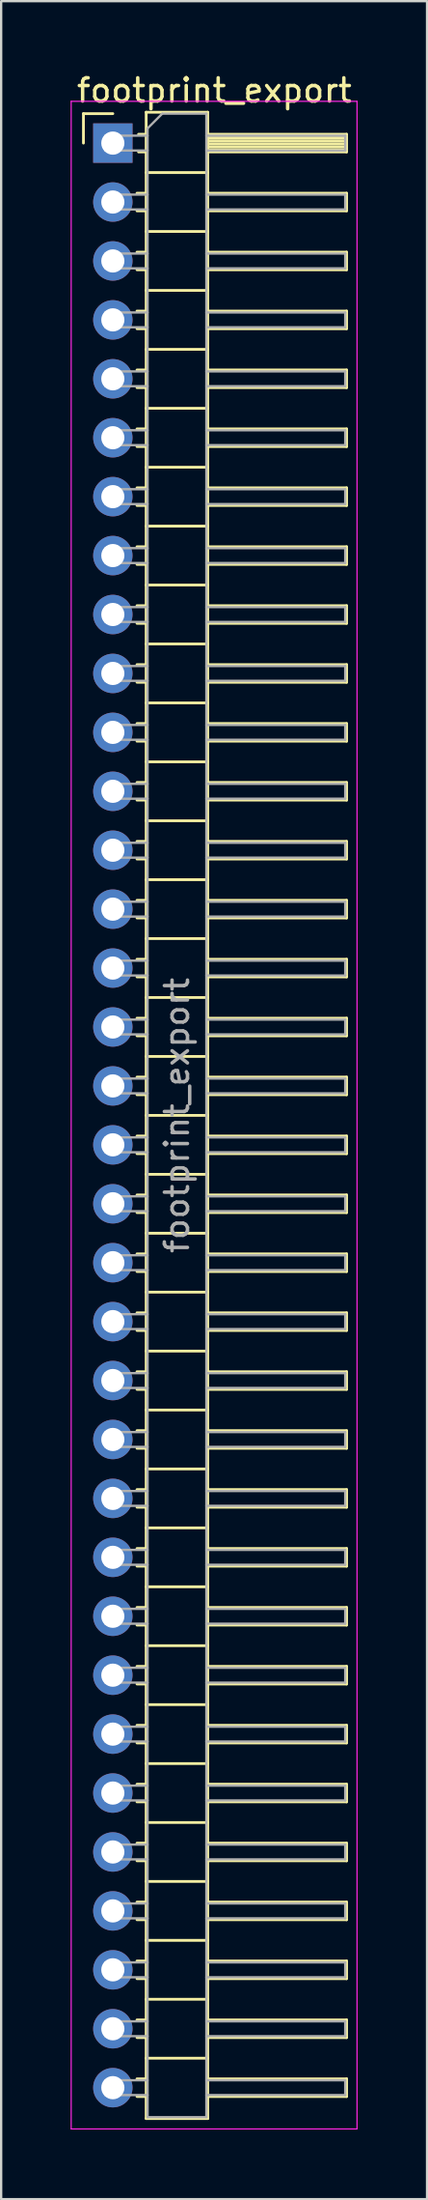
<source format=kicad_pcb>
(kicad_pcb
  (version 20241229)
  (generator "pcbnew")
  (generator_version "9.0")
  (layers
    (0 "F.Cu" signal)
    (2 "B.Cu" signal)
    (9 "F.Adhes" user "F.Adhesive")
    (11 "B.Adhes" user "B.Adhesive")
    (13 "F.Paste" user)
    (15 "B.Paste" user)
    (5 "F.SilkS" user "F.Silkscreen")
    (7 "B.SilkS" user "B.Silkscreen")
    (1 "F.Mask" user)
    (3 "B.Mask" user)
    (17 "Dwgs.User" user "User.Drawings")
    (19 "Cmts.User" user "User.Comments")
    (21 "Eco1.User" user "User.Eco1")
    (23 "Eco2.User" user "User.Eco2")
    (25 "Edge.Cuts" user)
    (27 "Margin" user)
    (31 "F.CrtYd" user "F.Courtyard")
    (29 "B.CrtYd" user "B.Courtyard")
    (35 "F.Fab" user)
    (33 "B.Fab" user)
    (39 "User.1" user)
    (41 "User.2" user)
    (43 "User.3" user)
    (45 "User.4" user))
  (footprint "footprint_export"
    (layer "F.Cu")
    (at 1.825 3.118)
    (property "Reference" "footprint_export" (at 4.385 -2.27 0) (layer "F.SilkS") (effects (font (size 1 1) (thickness 0.15))))
    (attr through_hole)
    (fp_line (start -1.27 -1.27) (end 0 -1.27) (stroke (width 0.12) (type solid)) (layer "F.SilkS"))
    (fp_line (start -1.27 0) (end -1.27 -1.27) (stroke (width 0.12) (type solid)) (layer "F.SilkS"))
    (fp_line (start 1.043 2.16) (end 1.44 2.16) (stroke (width 0.12) (type solid)) (layer "F.SilkS"))
    (fp_line (start 1.043 2.92) (end 1.44 2.92) (stroke (width 0.12) (type solid)) (layer "F.SilkS"))
    (fp_line (start 1.043 4.7) (end 1.44 4.7) (stroke (width 0.12) (type solid)) (layer "F.SilkS"))
    (fp_line (start 1.043 5.46) (end 1.44 5.46) (stroke (width 0.12) (type solid)) (layer "F.SilkS"))
    (fp_line (start 1.043 7.24) (end 1.44 7.24) (stroke (width 0.12) (type solid)) (layer "F.SilkS"))
    (fp_line (start 1.043 8) (end 1.44 8) (stroke (width 0.12) (type solid)) (layer "F.SilkS"))
    (fp_line (start 1.043 9.78) (end 1.44 9.78) (stroke (width 0.12) (type solid)) (layer "F.SilkS"))
    (fp_line (start 1.043 10.54) (end 1.44 10.54) (stroke (width 0.12) (type solid)) (layer "F.SilkS"))
    (fp_line (start 1.043 12.32) (end 1.44 12.32) (stroke (width 0.12) (type solid)) (layer "F.SilkS"))
    (fp_line (start 1.043 13.08) (end 1.44 13.08) (stroke (width 0.12) (type solid)) (layer "F.SilkS"))
    (fp_line (start 1.043 14.86) (end 1.44 14.86) (stroke (width 0.12) (type solid)) (layer "F.SilkS"))
    (fp_line (start 1.043 15.62) (end 1.44 15.62) (stroke (width 0.12) (type solid)) (layer "F.SilkS"))
    (fp_line (start 1.043 17.4) (end 1.44 17.4) (stroke (width 0.12) (type solid)) (layer "F.SilkS"))
    (fp_line (start 1.043 18.16) (end 1.44 18.16) (stroke (width 0.12) (type solid)) (layer "F.SilkS"))
    (fp_line (start 1.043 19.94) (end 1.44 19.94) (stroke (width 0.12) (type solid)) (layer "F.SilkS"))
    (fp_line (start 1.043 20.7) (end 1.44 20.7) (stroke (width 0.12) (type solid)) (layer "F.SilkS"))
    (fp_line (start 1.043 22.48) (end 1.44 22.48) (stroke (width 0.12) (type solid)) (layer "F.SilkS"))
    (fp_line (start 1.043 23.24) (end 1.44 23.24) (stroke (width 0.12) (type solid)) (layer "F.SilkS"))
    (fp_line (start 1.043 25.02) (end 1.44 25.02) (stroke (width 0.12) (type solid)) (layer "F.SilkS"))
    (fp_line (start 1.043 25.78) (end 1.44 25.78) (stroke (width 0.12) (type solid)) (layer "F.SilkS"))
    (fp_line (start 1.043 27.56) (end 1.44 27.56) (stroke (width 0.12) (type solid)) (layer "F.SilkS"))
    (fp_line (start 1.043 28.32) (end 1.44 28.32) (stroke (width 0.12) (type solid)) (layer "F.SilkS"))
    (fp_line (start 1.043 30.1) (end 1.44 30.1) (stroke (width 0.12) (type solid)) (layer "F.SilkS"))
    (fp_line (start 1.043 30.86) (end 1.44 30.86) (stroke (width 0.12) (type solid)) (layer "F.SilkS"))
    (fp_line (start 1.043 32.64) (end 1.44 32.64) (stroke (width 0.12) (type solid)) (layer "F.SilkS"))
    (fp_line (start 1.043 33.4) (end 1.44 33.4) (stroke (width 0.12) (type solid)) (layer "F.SilkS"))
    (fp_line (start 1.043 35.18) (end 1.44 35.18) (stroke (width 0.12) (type solid)) (layer "F.SilkS"))
    (fp_line (start 1.043 35.94) (end 1.44 35.94) (stroke (width 0.12) (type solid)) (layer "F.SilkS"))
    (fp_line (start 1.043 37.72) (end 1.44 37.72) (stroke (width 0.12) (type solid)) (layer "F.SilkS"))
    (fp_line (start 1.043 38.48) (end 1.44 38.48) (stroke (width 0.12) (type solid)) (layer "F.SilkS"))
    (fp_line (start 1.043 40.26) (end 1.44 40.26) (stroke (width 0.12) (type solid)) (layer "F.SilkS"))
    (fp_line (start 1.043 41.02) (end 1.44 41.02) (stroke (width 0.12) (type solid)) (layer "F.SilkS"))
    (fp_line (start 1.043 42.8) (end 1.44 42.8) (stroke (width 0.12) (type solid)) (layer "F.SilkS"))
    (fp_line (start 1.043 43.56) (end 1.44 43.56) (stroke (width 0.12) (type solid)) (layer "F.SilkS"))
    (fp_line (start 1.043 45.34) (end 1.44 45.34) (stroke (width 0.12) (type solid)) (layer "F.SilkS"))
    (fp_line (start 1.043 46.1) (end 1.44 46.1) (stroke (width 0.12) (type solid)) (layer "F.SilkS"))
    (fp_line (start 1.043 47.88) (end 1.44 47.88) (stroke (width 0.12) (type solid)) (layer "F.SilkS"))
    (fp_line (start 1.043 48.64) (end 1.44 48.64) (stroke (width 0.12) (type solid)) (layer "F.SilkS"))
    (fp_line (start 1.043 50.42) (end 1.44 50.42) (stroke (width 0.12) (type solid)) (layer "F.SilkS"))
    (fp_line (start 1.043 51.18) (end 1.44 51.18) (stroke (width 0.12) (type solid)) (layer "F.SilkS"))
    (fp_line (start 1.043 52.96) (end 1.44 52.96) (stroke (width 0.12) (type solid)) (layer "F.SilkS"))
    (fp_line (start 1.043 53.72) (end 1.44 53.72) (stroke (width 0.12) (type solid)) (layer "F.SilkS"))
    (fp_line (start 1.043 55.5) (end 1.44 55.5) (stroke (width 0.12) (type solid)) (layer "F.SilkS"))
    (fp_line (start 1.043 56.26) (end 1.44 56.26) (stroke (width 0.12) (type solid)) (layer "F.SilkS"))
    (fp_line (start 1.043 58.04) (end 1.44 58.04) (stroke (width 0.12) (type solid)) (layer "F.SilkS"))
    (fp_line (start 1.043 58.8) (end 1.44 58.8) (stroke (width 0.12) (type solid)) (layer "F.SilkS"))
    (fp_line (start 1.043 60.58) (end 1.44 60.58) (stroke (width 0.12) (type solid)) (layer "F.SilkS"))
    (fp_line (start 1.043 61.34) (end 1.44 61.34) (stroke (width 0.12) (type solid)) (layer "F.SilkS"))
    (fp_line (start 1.043 63.12) (end 1.44 63.12) (stroke (width 0.12) (type solid)) (layer "F.SilkS"))
    (fp_line (start 1.043 63.88) (end 1.44 63.88) (stroke (width 0.12) (type solid)) (layer "F.SilkS"))
    (fp_line (start 1.043 65.66) (end 1.44 65.66) (stroke (width 0.12) (type solid)) (layer "F.SilkS"))
    (fp_line (start 1.043 66.42) (end 1.44 66.42) (stroke (width 0.12) (type solid)) (layer "F.SilkS"))
    (fp_line (start 1.043 68.2) (end 1.44 68.2) (stroke (width 0.12) (type solid)) (layer "F.SilkS"))
    (fp_line (start 1.043 68.96) (end 1.44 68.96) (stroke (width 0.12) (type solid)) (layer "F.SilkS"))
    (fp_line (start 1.043 70.74) (end 1.44 70.74) (stroke (width 0.12) (type solid)) (layer "F.SilkS"))
    (fp_line (start 1.043 71.5) (end 1.44 71.5) (stroke (width 0.12) (type solid)) (layer "F.SilkS"))
    (fp_line (start 1.043 73.28) (end 1.44 73.28) (stroke (width 0.12) (type solid)) (layer "F.SilkS"))
    (fp_line (start 1.043 74.04) (end 1.44 74.04) (stroke (width 0.12) (type solid)) (layer "F.SilkS"))
    (fp_line (start 1.043 75.82) (end 1.44 75.82) (stroke (width 0.12) (type solid)) (layer "F.SilkS"))
    (fp_line (start 1.043 76.58) (end 1.44 76.58) (stroke (width 0.12) (type solid)) (layer "F.SilkS"))
    (fp_line (start 1.043 78.36) (end 1.44 78.36) (stroke (width 0.12) (type solid)) (layer "F.SilkS"))
    (fp_line (start 1.043 79.12) (end 1.44 79.12) (stroke (width 0.12) (type solid)) (layer "F.SilkS"))
    (fp_line (start 1.043 80.9) (end 1.44 80.9) (stroke (width 0.12) (type solid)) (layer "F.SilkS"))
    (fp_line (start 1.043 81.66) (end 1.44 81.66) (stroke (width 0.12) (type solid)) (layer "F.SilkS"))
    (fp_line (start 1.043 83.44) (end 1.44 83.44) (stroke (width 0.12) (type solid)) (layer "F.SilkS"))
    (fp_line (start 1.043 84.2) (end 1.44 84.2) (stroke (width 0.12) (type solid)) (layer "F.SilkS"))
    (fp_line (start 1.11 -0.38) (end 1.44 -0.38) (stroke (width 0.12) (type solid)) (layer "F.SilkS"))
    (fp_line (start 1.11 0.38) (end 1.44 0.38) (stroke (width 0.12) (type solid)) (layer "F.SilkS"))
    (fp_line (start 1.44 -1.33) (end 1.44 85.15) (stroke (width 0.12) (type solid)) (layer "F.SilkS"))
    (fp_line (start 1.44 1.27) (end 4.1 1.27) (stroke (width 0.12) (type solid)) (layer "F.SilkS"))
    (fp_line (start 1.44 3.81) (end 4.1 3.81) (stroke (width 0.12) (type solid)) (layer "F.SilkS"))
    (fp_line (start 1.44 6.35) (end 4.1 6.35) (stroke (width 0.12) (type solid)) (layer "F.SilkS"))
    (fp_line (start 1.44 8.89) (end 4.1 8.89) (stroke (width 0.12) (type solid)) (layer "F.SilkS"))
    (fp_line (start 1.44 11.43) (end 4.1 11.43) (stroke (width 0.12) (type solid)) (layer "F.SilkS"))
    (fp_line (start 1.44 13.97) (end 4.1 13.97) (stroke (width 0.12) (type solid)) (layer "F.SilkS"))
    (fp_line (start 1.44 16.51) (end 4.1 16.51) (stroke (width 0.12) (type solid)) (layer "F.SilkS"))
    (fp_line (start 1.44 19.05) (end 4.1 19.05) (stroke (width 0.12) (type solid)) (layer "F.SilkS"))
    (fp_line (start 1.44 21.59) (end 4.1 21.59) (stroke (width 0.12) (type solid)) (layer "F.SilkS"))
    (fp_line (start 1.44 24.13) (end 4.1 24.13) (stroke (width 0.12) (type solid)) (layer "F.SilkS"))
    (fp_line (start 1.44 26.67) (end 4.1 26.67) (stroke (width 0.12) (type solid)) (layer "F.SilkS"))
    (fp_line (start 1.44 29.21) (end 4.1 29.21) (stroke (width 0.12) (type solid)) (layer "F.SilkS"))
    (fp_line (start 1.44 31.75) (end 4.1 31.75) (stroke (width 0.12) (type solid)) (layer "F.SilkS"))
    (fp_line (start 1.44 34.29) (end 4.1 34.29) (stroke (width 0.12) (type solid)) (layer "F.SilkS"))
    (fp_line (start 1.44 36.83) (end 4.1 36.83) (stroke (width 0.12) (type solid)) (layer "F.SilkS"))
    (fp_line (start 1.44 39.37) (end 4.1 39.37) (stroke (width 0.12) (type solid)) (layer "F.SilkS"))
    (fp_line (start 1.44 41.91) (end 4.1 41.91) (stroke (width 0.12) (type solid)) (layer "F.SilkS"))
    (fp_line (start 1.44 44.45) (end 4.1 44.45) (stroke (width 0.12) (type solid)) (layer "F.SilkS"))
    (fp_line (start 1.44 46.99) (end 4.1 46.99) (stroke (width 0.12) (type solid)) (layer "F.SilkS"))
    (fp_line (start 1.44 49.53) (end 4.1 49.53) (stroke (width 0.12) (type solid)) (layer "F.SilkS"))
    (fp_line (start 1.44 52.07) (end 4.1 52.07) (stroke (width 0.12) (type solid)) (layer "F.SilkS"))
    (fp_line (start 1.44 54.61) (end 4.1 54.61) (stroke (width 0.12) (type solid)) (layer "F.SilkS"))
    (fp_line (start 1.44 57.15) (end 4.1 57.15) (stroke (width 0.12) (type solid)) (layer "F.SilkS"))
    (fp_line (start 1.44 59.69) (end 4.1 59.69) (stroke (width 0.12) (type solid)) (layer "F.SilkS"))
    (fp_line (start 1.44 62.23) (end 4.1 62.23) (stroke (width 0.12) (type solid)) (layer "F.SilkS"))
    (fp_line (start 1.44 64.77) (end 4.1 64.77) (stroke (width 0.12) (type solid)) (layer "F.SilkS"))
    (fp_line (start 1.44 67.31) (end 4.1 67.31) (stroke (width 0.12) (type solid)) (layer "F.SilkS"))
    (fp_line (start 1.44 69.85) (end 4.1 69.85) (stroke (width 0.12) (type solid)) (layer "F.SilkS"))
    (fp_line (start 1.44 72.39) (end 4.1 72.39) (stroke (width 0.12) (type solid)) (layer "F.SilkS"))
    (fp_line (start 1.44 74.93) (end 4.1 74.93) (stroke (width 0.12) (type solid)) (layer "F.SilkS"))
    (fp_line (start 1.44 77.47) (end 4.1 77.47) (stroke (width 0.12) (type solid)) (layer "F.SilkS"))
    (fp_line (start 1.44 80.01) (end 4.1 80.01) (stroke (width 0.12) (type solid)) (layer "F.SilkS"))
    (fp_line (start 1.44 82.55) (end 4.1 82.55) (stroke (width 0.12) (type solid)) (layer "F.SilkS"))
    (fp_line (start 1.44 85.15) (end 4.1 85.15) (stroke (width 0.12) (type solid)) (layer "F.SilkS"))
    (fp_line (start 4.1 -1.33) (end 1.44 -1.33) (stroke (width 0.12) (type solid)) (layer "F.SilkS"))
    (fp_line (start 4.1 -0.38) (end 10.1 -0.38) (stroke (width 0.12) (type solid)) (layer "F.SilkS"))
    (fp_line (start 4.1 -0.32) (end 10.1 -0.32) (stroke (width 0.12) (type solid)) (layer "F.SilkS"))
    (fp_line (start 4.1 -0.2) (end 10.1 -0.2) (stroke (width 0.12) (type solid)) (layer "F.SilkS"))
    (fp_line (start 4.1 -0.08) (end 10.1 -0.08) (stroke (width 0.12) (type solid)) (layer "F.SilkS"))
    (fp_line (start 4.1 0.04) (end 10.1 0.04) (stroke (width 0.12) (type solid)) (layer "F.SilkS"))
    (fp_line (start 4.1 0.16) (end 10.1 0.16) (stroke (width 0.12) (type solid)) (layer "F.SilkS"))
    (fp_line (start 4.1 0.28) (end 10.1 0.28) (stroke (width 0.12) (type solid)) (layer "F.SilkS"))
    (fp_line (start 4.1 2.16) (end 10.1 2.16) (stroke (width 0.12) (type solid)) (layer "F.SilkS"))
    (fp_line (start 4.1 4.7) (end 10.1 4.7) (stroke (width 0.12) (type solid)) (layer "F.SilkS"))
    (fp_line (start 4.1 7.24) (end 10.1 7.24) (stroke (width 0.12) (type solid)) (layer "F.SilkS"))
    (fp_line (start 4.1 9.78) (end 10.1 9.78) (stroke (width 0.12) (type solid)) (layer "F.SilkS"))
    (fp_line (start 4.1 12.32) (end 10.1 12.32) (stroke (width 0.12) (type solid)) (layer "F.SilkS"))
    (fp_line (start 4.1 14.86) (end 10.1 14.86) (stroke (width 0.12) (type solid)) (layer "F.SilkS"))
    (fp_line (start 4.1 17.4) (end 10.1 17.4) (stroke (width 0.12) (type solid)) (layer "F.SilkS"))
    (fp_line (start 4.1 19.94) (end 10.1 19.94) (stroke (width 0.12) (type solid)) (layer "F.SilkS"))
    (fp_line (start 4.1 22.48) (end 10.1 22.48) (stroke (width 0.12) (type solid)) (layer "F.SilkS"))
    (fp_line (start 4.1 25.02) (end 10.1 25.02) (stroke (width 0.12) (type solid)) (layer "F.SilkS"))
    (fp_line (start 4.1 27.56) (end 10.1 27.56) (stroke (width 0.12) (type solid)) (layer "F.SilkS"))
    (fp_line (start 4.1 30.1) (end 10.1 30.1) (stroke (width 0.12) (type solid)) (layer "F.SilkS"))
    (fp_line (start 4.1 32.64) (end 10.1 32.64) (stroke (width 0.12) (type solid)) (layer "F.SilkS"))
    (fp_line (start 4.1 35.18) (end 10.1 35.18) (stroke (width 0.12) (type solid)) (layer "F.SilkS"))
    (fp_line (start 4.1 37.72) (end 10.1 37.72) (stroke (width 0.12) (type solid)) (layer "F.SilkS"))
    (fp_line (start 4.1 40.26) (end 10.1 40.26) (stroke (width 0.12) (type solid)) (layer "F.SilkS"))
    (fp_line (start 4.1 42.8) (end 10.1 42.8) (stroke (width 0.12) (type solid)) (layer "F.SilkS"))
    (fp_line (start 4.1 45.34) (end 10.1 45.34) (stroke (width 0.12) (type solid)) (layer "F.SilkS"))
    (fp_line (start 4.1 47.88) (end 10.1 47.88) (stroke (width 0.12) (type solid)) (layer "F.SilkS"))
    (fp_line (start 4.1 50.42) (end 10.1 50.42) (stroke (width 0.12) (type solid)) (layer "F.SilkS"))
    (fp_line (start 4.1 52.96) (end 10.1 52.96) (stroke (width 0.12) (type solid)) (layer "F.SilkS"))
    (fp_line (start 4.1 55.5) (end 10.1 55.5) (stroke (width 0.12) (type solid)) (layer "F.SilkS"))
    (fp_line (start 4.1 58.04) (end 10.1 58.04) (stroke (width 0.12) (type solid)) (layer "F.SilkS"))
    (fp_line (start 4.1 60.58) (end 10.1 60.58) (stroke (width 0.12) (type solid)) (layer "F.SilkS"))
    (fp_line (start 4.1 63.12) (end 10.1 63.12) (stroke (width 0.12) (type solid)) (layer "F.SilkS"))
    (fp_line (start 4.1 65.66) (end 10.1 65.66) (stroke (width 0.12) (type solid)) (layer "F.SilkS"))
    (fp_line (start 4.1 68.2) (end 10.1 68.2) (stroke (width 0.12) (type solid)) (layer "F.SilkS"))
    (fp_line (start 4.1 70.74) (end 10.1 70.74) (stroke (width 0.12) (type solid)) (layer "F.SilkS"))
    (fp_line (start 4.1 73.28) (end 10.1 73.28) (stroke (width 0.12) (type solid)) (layer "F.SilkS"))
    (fp_line (start 4.1 75.82) (end 10.1 75.82) (stroke (width 0.12) (type solid)) (layer "F.SilkS"))
    (fp_line (start 4.1 78.36) (end 10.1 78.36) (stroke (width 0.12) (type solid)) (layer "F.SilkS"))
    (fp_line (start 4.1 80.9) (end 10.1 80.9) (stroke (width 0.12) (type solid)) (layer "F.SilkS"))
    (fp_line (start 4.1 83.44) (end 10.1 83.44) (stroke (width 0.12) (type solid)) (layer "F.SilkS"))
    (fp_line (start 4.1 85.15) (end 4.1 -1.33) (stroke (width 0.12) (type solid)) (layer "F.SilkS"))
    (fp_line (start 10.1 -0.38) (end 10.1 0.38) (stroke (width 0.12) (type solid)) (layer "F.SilkS"))
    (fp_line (start 10.1 0.38) (end 4.1 0.38) (stroke (width 0.12) (type solid)) (layer "F.SilkS"))
    (fp_line (start 10.1 2.16) (end 10.1 2.92) (stroke (width 0.12) (type solid)) (layer "F.SilkS"))
    (fp_line (start 10.1 2.92) (end 4.1 2.92) (stroke (width 0.12) (type solid)) (layer "F.SilkS"))
    (fp_line (start 10.1 4.7) (end 10.1 5.46) (stroke (width 0.12) (type solid)) (layer "F.SilkS"))
    (fp_line (start 10.1 5.46) (end 4.1 5.46) (stroke (width 0.12) (type solid)) (layer "F.SilkS"))
    (fp_line (start 10.1 7.24) (end 10.1 8) (stroke (width 0.12) (type solid)) (layer "F.SilkS"))
    (fp_line (start 10.1 8) (end 4.1 8) (stroke (width 0.12) (type solid)) (layer "F.SilkS"))
    (fp_line (start 10.1 9.78) (end 10.1 10.54) (stroke (width 0.12) (type solid)) (layer "F.SilkS"))
    (fp_line (start 10.1 10.54) (end 4.1 10.54) (stroke (width 0.12) (type solid)) (layer "F.SilkS"))
    (fp_line (start 10.1 12.32) (end 10.1 13.08) (stroke (width 0.12) (type solid)) (layer "F.SilkS"))
    (fp_line (start 10.1 13.08) (end 4.1 13.08) (stroke (width 0.12) (type solid)) (layer "F.SilkS"))
    (fp_line (start 10.1 14.86) (end 10.1 15.62) (stroke (width 0.12) (type solid)) (layer "F.SilkS"))
    (fp_line (start 10.1 15.62) (end 4.1 15.62) (stroke (width 0.12) (type solid)) (layer "F.SilkS"))
    (fp_line (start 10.1 17.4) (end 10.1 18.16) (stroke (width 0.12) (type solid)) (layer "F.SilkS"))
    (fp_line (start 10.1 18.16) (end 4.1 18.16) (stroke (width 0.12) (type solid)) (layer "F.SilkS"))
    (fp_line (start 10.1 19.94) (end 10.1 20.7) (stroke (width 0.12) (type solid)) (layer "F.SilkS"))
    (fp_line (start 10.1 20.7) (end 4.1 20.7) (stroke (width 0.12) (type solid)) (layer "F.SilkS"))
    (fp_line (start 10.1 22.48) (end 10.1 23.24) (stroke (width 0.12) (type solid)) (layer "F.SilkS"))
    (fp_line (start 10.1 23.24) (end 4.1 23.24) (stroke (width 0.12) (type solid)) (layer "F.SilkS"))
    (fp_line (start 10.1 25.02) (end 10.1 25.78) (stroke (width 0.12) (type solid)) (layer "F.SilkS"))
    (fp_line (start 10.1 25.78) (end 4.1 25.78) (stroke (width 0.12) (type solid)) (layer "F.SilkS"))
    (fp_line (start 10.1 27.56) (end 10.1 28.32) (stroke (width 0.12) (type solid)) (layer "F.SilkS"))
    (fp_line (start 10.1 28.32) (end 4.1 28.32) (stroke (width 0.12) (type solid)) (layer "F.SilkS"))
    (fp_line (start 10.1 30.1) (end 10.1 30.86) (stroke (width 0.12) (type solid)) (layer "F.SilkS"))
    (fp_line (start 10.1 30.86) (end 4.1 30.86) (stroke (width 0.12) (type solid)) (layer "F.SilkS"))
    (fp_line (start 10.1 32.64) (end 10.1 33.4) (stroke (width 0.12) (type solid)) (layer "F.SilkS"))
    (fp_line (start 10.1 33.4) (end 4.1 33.4) (stroke (width 0.12) (type solid)) (layer "F.SilkS"))
    (fp_line (start 10.1 35.18) (end 10.1 35.94) (stroke (width 0.12) (type solid)) (layer "F.SilkS"))
    (fp_line (start 10.1 35.94) (end 4.1 35.94) (stroke (width 0.12) (type solid)) (layer "F.SilkS"))
    (fp_line (start 10.1 37.72) (end 10.1 38.48) (stroke (width 0.12) (type solid)) (layer "F.SilkS"))
    (fp_line (start 10.1 38.48) (end 4.1 38.48) (stroke (width 0.12) (type solid)) (layer "F.SilkS"))
    (fp_line (start 10.1 40.26) (end 10.1 41.02) (stroke (width 0.12) (type solid)) (layer "F.SilkS"))
    (fp_line (start 10.1 41.02) (end 4.1 41.02) (stroke (width 0.12) (type solid)) (layer "F.SilkS"))
    (fp_line (start 10.1 42.8) (end 10.1 43.56) (stroke (width 0.12) (type solid)) (layer "F.SilkS"))
    (fp_line (start 10.1 43.56) (end 4.1 43.56) (stroke (width 0.12) (type solid)) (layer "F.SilkS"))
    (fp_line (start 10.1 45.34) (end 10.1 46.1) (stroke (width 0.12) (type solid)) (layer "F.SilkS"))
    (fp_line (start 10.1 46.1) (end 4.1 46.1) (stroke (width 0.12) (type solid)) (layer "F.SilkS"))
    (fp_line (start 10.1 47.88) (end 10.1 48.64) (stroke (width 0.12) (type solid)) (layer "F.SilkS"))
    (fp_line (start 10.1 48.64) (end 4.1 48.64) (stroke (width 0.12) (type solid)) (layer "F.SilkS"))
    (fp_line (start 10.1 50.42) (end 10.1 51.18) (stroke (width 0.12) (type solid)) (layer "F.SilkS"))
    (fp_line (start 10.1 51.18) (end 4.1 51.18) (stroke (width 0.12) (type solid)) (layer "F.SilkS"))
    (fp_line (start 10.1 52.96) (end 10.1 53.72) (stroke (width 0.12) (type solid)) (layer "F.SilkS"))
    (fp_line (start 10.1 53.72) (end 4.1 53.72) (stroke (width 0.12) (type solid)) (layer "F.SilkS"))
    (fp_line (start 10.1 55.5) (end 10.1 56.26) (stroke (width 0.12) (type solid)) (layer "F.SilkS"))
    (fp_line (start 10.1 56.26) (end 4.1 56.26) (stroke (width 0.12) (type solid)) (layer "F.SilkS"))
    (fp_line (start 10.1 58.04) (end 10.1 58.8) (stroke (width 0.12) (type solid)) (layer "F.SilkS"))
    (fp_line (start 10.1 58.8) (end 4.1 58.8) (stroke (width 0.12) (type solid)) (layer "F.SilkS"))
    (fp_line (start 10.1 60.58) (end 10.1 61.34) (stroke (width 0.12) (type solid)) (layer "F.SilkS"))
    (fp_line (start 10.1 61.34) (end 4.1 61.34) (stroke (width 0.12) (type solid)) (layer "F.SilkS"))
    (fp_line (start 10.1 63.12) (end 10.1 63.88) (stroke (width 0.12) (type solid)) (layer "F.SilkS"))
    (fp_line (start 10.1 63.88) (end 4.1 63.88) (stroke (width 0.12) (type solid)) (layer "F.SilkS"))
    (fp_line (start 10.1 65.66) (end 10.1 66.42) (stroke (width 0.12) (type solid)) (layer "F.SilkS"))
    (fp_line (start 10.1 66.42) (end 4.1 66.42) (stroke (width 0.12) (type solid)) (layer "F.SilkS"))
    (fp_line (start 10.1 68.2) (end 10.1 68.96) (stroke (width 0.12) (type solid)) (layer "F.SilkS"))
    (fp_line (start 10.1 68.96) (end 4.1 68.96) (stroke (width 0.12) (type solid)) (layer "F.SilkS"))
    (fp_line (start 10.1 70.74) (end 10.1 71.5) (stroke (width 0.12) (type solid)) (layer "F.SilkS"))
    (fp_line (start 10.1 71.5) (end 4.1 71.5) (stroke (width 0.12) (type solid)) (layer "F.SilkS"))
    (fp_line (start 10.1 73.28) (end 10.1 74.04) (stroke (width 0.12) (type solid)) (layer "F.SilkS"))
    (fp_line (start 10.1 74.04) (end 4.1 74.04) (stroke (width 0.12) (type solid)) (layer "F.SilkS"))
    (fp_line (start 10.1 75.82) (end 10.1 76.58) (stroke (width 0.12) (type solid)) (layer "F.SilkS"))
    (fp_line (start 10.1 76.58) (end 4.1 76.58) (stroke (width 0.12) (type solid)) (layer "F.SilkS"))
    (fp_line (start 10.1 78.36) (end 10.1 79.12) (stroke (width 0.12) (type solid)) (layer "F.SilkS"))
    (fp_line (start 10.1 79.12) (end 4.1 79.12) (stroke (width 0.12) (type solid)) (layer "F.SilkS"))
    (fp_line (start 10.1 80.9) (end 10.1 81.66) (stroke (width 0.12) (type solid)) (layer "F.SilkS"))
    (fp_line (start 10.1 81.66) (end 4.1 81.66) (stroke (width 0.12) (type solid)) (layer "F.SilkS"))
    (fp_line (start 10.1 83.44) (end 10.1 84.2) (stroke (width 0.12) (type solid)) (layer "F.SilkS"))
    (fp_line (start 10.1 84.2) (end 4.1 84.2) (stroke (width 0.12) (type solid)) (layer "F.SilkS"))
    (fp_line (start -1.8 -1.8) (end -1.8 85.6) (stroke (width 0.05) (type solid)) (layer "F.CrtYd"))
    (fp_line (start -1.8 85.6) (end 10.55 85.6) (stroke (width 0.05) (type solid)) (layer "F.CrtYd"))
    (fp_line (start 10.55 -1.8) (end -1.8 -1.8) (stroke (width 0.05) (type solid)) (layer "F.CrtYd"))
    (fp_line (start 10.55 85.6) (end 10.55 -1.8) (stroke (width 0.05) (type solid)) (layer "F.CrtYd"))
    (fp_line (start -0.32 -0.32) (end -0.32 0.32) (stroke (width 0.1) (type solid)) (layer "F.Fab"))
    (fp_line (start -0.32 -0.32) (end 1.5 -0.32) (stroke (width 0.1) (type solid)) (layer "F.Fab"))
    (fp_line (start -0.32 0.32) (end 1.5 0.32) (stroke (width 0.1) (type solid)) (layer "F.Fab"))
    (fp_line (start -0.32 2.22) (end -0.32 2.86) (stroke (width 0.1) (type solid)) (layer "F.Fab"))
    (fp_line (start -0.32 2.22) (end 1.5 2.22) (stroke (width 0.1) (type solid)) (layer "F.Fab"))
    (fp_line (start -0.32 2.86) (end 1.5 2.86) (stroke (width 0.1) (type solid)) (layer "F.Fab"))
    (fp_line (start -0.32 4.76) (end -0.32 5.4) (stroke (width 0.1) (type solid)) (layer "F.Fab"))
    (fp_line (start -0.32 4.76) (end 1.5 4.76) (stroke (width 0.1) (type solid)) (layer "F.Fab"))
    (fp_line (start -0.32 5.4) (end 1.5 5.4) (stroke (width 0.1) (type solid)) (layer "F.Fab"))
    (fp_line (start -0.32 7.3) (end -0.32 7.94) (stroke (width 0.1) (type solid)) (layer "F.Fab"))
    (fp_line (start -0.32 7.3) (end 1.5 7.3) (stroke (width 0.1) (type solid)) (layer "F.Fab"))
    (fp_line (start -0.32 7.94) (end 1.5 7.94) (stroke (width 0.1) (type solid)) (layer "F.Fab"))
    (fp_line (start -0.32 9.84) (end -0.32 10.48) (stroke (width 0.1) (type solid)) (layer "F.Fab"))
    (fp_line (start -0.32 9.84) (end 1.5 9.84) (stroke (width 0.1) (type solid)) (layer "F.Fab"))
    (fp_line (start -0.32 10.48) (end 1.5 10.48) (stroke (width 0.1) (type solid)) (layer "F.Fab"))
    (fp_line (start -0.32 12.38) (end -0.32 13.02) (stroke (width 0.1) (type solid)) (layer "F.Fab"))
    (fp_line (start -0.32 12.38) (end 1.5 12.38) (stroke (width 0.1) (type solid)) (layer "F.Fab"))
    (fp_line (start -0.32 13.02) (end 1.5 13.02) (stroke (width 0.1) (type solid)) (layer "F.Fab"))
    (fp_line (start -0.32 14.92) (end -0.32 15.56) (stroke (width 0.1) (type solid)) (layer "F.Fab"))
    (fp_line (start -0.32 14.92) (end 1.5 14.92) (stroke (width 0.1) (type solid)) (layer "F.Fab"))
    (fp_line (start -0.32 15.56) (end 1.5 15.56) (stroke (width 0.1) (type solid)) (layer "F.Fab"))
    (fp_line (start -0.32 17.46) (end -0.32 18.1) (stroke (width 0.1) (type solid)) (layer "F.Fab"))
    (fp_line (start -0.32 17.46) (end 1.5 17.46) (stroke (width 0.1) (type solid)) (layer "F.Fab"))
    (fp_line (start -0.32 18.1) (end 1.5 18.1) (stroke (width 0.1) (type solid)) (layer "F.Fab"))
    (fp_line (start -0.32 20) (end -0.32 20.64) (stroke (width 0.1) (type solid)) (layer "F.Fab"))
    (fp_line (start -0.32 20) (end 1.5 20) (stroke (width 0.1) (type solid)) (layer "F.Fab"))
    (fp_line (start -0.32 20.64) (end 1.5 20.64) (stroke (width 0.1) (type solid)) (layer "F.Fab"))
    (fp_line (start -0.32 22.54) (end -0.32 23.18) (stroke (width 0.1) (type solid)) (layer "F.Fab"))
    (fp_line (start -0.32 22.54) (end 1.5 22.54) (stroke (width 0.1) (type solid)) (layer "F.Fab"))
    (fp_line (start -0.32 23.18) (end 1.5 23.18) (stroke (width 0.1) (type solid)) (layer "F.Fab"))
    (fp_line (start -0.32 25.08) (end -0.32 25.72) (stroke (width 0.1) (type solid)) (layer "F.Fab"))
    (fp_line (start -0.32 25.08) (end 1.5 25.08) (stroke (width 0.1) (type solid)) (layer "F.Fab"))
    (fp_line (start -0.32 25.72) (end 1.5 25.72) (stroke (width 0.1) (type solid)) (layer "F.Fab"))
    (fp_line (start -0.32 27.62) (end -0.32 28.26) (stroke (width 0.1) (type solid)) (layer "F.Fab"))
    (fp_line (start -0.32 27.62) (end 1.5 27.62) (stroke (width 0.1) (type solid)) (layer "F.Fab"))
    (fp_line (start -0.32 28.26) (end 1.5 28.26) (stroke (width 0.1) (type solid)) (layer "F.Fab"))
    (fp_line (start -0.32 30.16) (end -0.32 30.8) (stroke (width 0.1) (type solid)) (layer "F.Fab"))
    (fp_line (start -0.32 30.16) (end 1.5 30.16) (stroke (width 0.1) (type solid)) (layer "F.Fab"))
    (fp_line (start -0.32 30.8) (end 1.5 30.8) (stroke (width 0.1) (type solid)) (layer "F.Fab"))
    (fp_line (start -0.32 32.7) (end -0.32 33.34) (stroke (width 0.1) (type solid)) (layer "F.Fab"))
    (fp_line (start -0.32 32.7) (end 1.5 32.7) (stroke (width 0.1) (type solid)) (layer "F.Fab"))
    (fp_line (start -0.32 33.34) (end 1.5 33.34) (stroke (width 0.1) (type solid)) (layer "F.Fab"))
    (fp_line (start -0.32 35.24) (end -0.32 35.88) (stroke (width 0.1) (type solid)) (layer "F.Fab"))
    (fp_line (start -0.32 35.24) (end 1.5 35.24) (stroke (width 0.1) (type solid)) (layer "F.Fab"))
    (fp_line (start -0.32 35.88) (end 1.5 35.88) (stroke (width 0.1) (type solid)) (layer "F.Fab"))
    (fp_line (start -0.32 37.78) (end -0.32 38.42) (stroke (width 0.1) (type solid)) (layer "F.Fab"))
    (fp_line (start -0.32 37.78) (end 1.5 37.78) (stroke (width 0.1) (type solid)) (layer "F.Fab"))
    (fp_line (start -0.32 38.42) (end 1.5 38.42) (stroke (width 0.1) (type solid)) (layer "F.Fab"))
    (fp_line (start -0.32 40.32) (end -0.32 40.96) (stroke (width 0.1) (type solid)) (layer "F.Fab"))
    (fp_line (start -0.32 40.32) (end 1.5 40.32) (stroke (width 0.1) (type solid)) (layer "F.Fab"))
    (fp_line (start -0.32 40.96) (end 1.5 40.96) (stroke (width 0.1) (type solid)) (layer "F.Fab"))
    (fp_line (start -0.32 42.86) (end -0.32 43.5) (stroke (width 0.1) (type solid)) (layer "F.Fab"))
    (fp_line (start -0.32 42.86) (end 1.5 42.86) (stroke (width 0.1) (type solid)) (layer "F.Fab"))
    (fp_line (start -0.32 43.5) (end 1.5 43.5) (stroke (width 0.1) (type solid)) (layer "F.Fab"))
    (fp_line (start -0.32 45.4) (end -0.32 46.04) (stroke (width 0.1) (type solid)) (layer "F.Fab"))
    (fp_line (start -0.32 45.4) (end 1.5 45.4) (stroke (width 0.1) (type solid)) (layer "F.Fab"))
    (fp_line (start -0.32 46.04) (end 1.5 46.04) (stroke (width 0.1) (type solid)) (layer "F.Fab"))
    (fp_line (start -0.32 47.94) (end -0.32 48.58) (stroke (width 0.1) (type solid)) (layer "F.Fab"))
    (fp_line (start -0.32 47.94) (end 1.5 47.94) (stroke (width 0.1) (type solid)) (layer "F.Fab"))
    (fp_line (start -0.32 48.58) (end 1.5 48.58) (stroke (width 0.1) (type solid)) (layer "F.Fab"))
    (fp_line (start -0.32 50.48) (end -0.32 51.12) (stroke (width 0.1) (type solid)) (layer "F.Fab"))
    (fp_line (start -0.32 50.48) (end 1.5 50.48) (stroke (width 0.1) (type solid)) (layer "F.Fab"))
    (fp_line (start -0.32 51.12) (end 1.5 51.12) (stroke (width 0.1) (type solid)) (layer "F.Fab"))
    (fp_line (start -0.32 53.02) (end -0.32 53.66) (stroke (width 0.1) (type solid)) (layer "F.Fab"))
    (fp_line (start -0.32 53.02) (end 1.5 53.02) (stroke (width 0.1) (type solid)) (layer "F.Fab"))
    (fp_line (start -0.32 53.66) (end 1.5 53.66) (stroke (width 0.1) (type solid)) (layer "F.Fab"))
    (fp_line (start -0.32 55.56) (end -0.32 56.2) (stroke (width 0.1) (type solid)) (layer "F.Fab"))
    (fp_line (start -0.32 55.56) (end 1.5 55.56) (stroke (width 0.1) (type solid)) (layer "F.Fab"))
    (fp_line (start -0.32 56.2) (end 1.5 56.2) (stroke (width 0.1) (type solid)) (layer "F.Fab"))
    (fp_line (start -0.32 58.1) (end -0.32 58.74) (stroke (width 0.1) (type solid)) (layer "F.Fab"))
    (fp_line (start -0.32 58.1) (end 1.5 58.1) (stroke (width 0.1) (type solid)) (layer "F.Fab"))
    (fp_line (start -0.32 58.74) (end 1.5 58.74) (stroke (width 0.1) (type solid)) (layer "F.Fab"))
    (fp_line (start -0.32 60.64) (end -0.32 61.28) (stroke (width 0.1) (type solid)) (layer "F.Fab"))
    (fp_line (start -0.32 60.64) (end 1.5 60.64) (stroke (width 0.1) (type solid)) (layer "F.Fab"))
    (fp_line (start -0.32 61.28) (end 1.5 61.28) (stroke (width 0.1) (type solid)) (layer "F.Fab"))
    (fp_line (start -0.32 63.18) (end -0.32 63.82) (stroke (width 0.1) (type solid)) (layer "F.Fab"))
    (fp_line (start -0.32 63.18) (end 1.5 63.18) (stroke (width 0.1) (type solid)) (layer "F.Fab"))
    (fp_line (start -0.32 63.82) (end 1.5 63.82) (stroke (width 0.1) (type solid)) (layer "F.Fab"))
    (fp_line (start -0.32 65.72) (end -0.32 66.36) (stroke (width 0.1) (type solid)) (layer "F.Fab"))
    (fp_line (start -0.32 65.72) (end 1.5 65.72) (stroke (width 0.1) (type solid)) (layer "F.Fab"))
    (fp_line (start -0.32 66.36) (end 1.5 66.36) (stroke (width 0.1) (type solid)) (layer "F.Fab"))
    (fp_line (start -0.32 68.26) (end -0.32 68.9) (stroke (width 0.1) (type solid)) (layer "F.Fab"))
    (fp_line (start -0.32 68.26) (end 1.5 68.26) (stroke (width 0.1) (type solid)) (layer "F.Fab"))
    (fp_line (start -0.32 68.9) (end 1.5 68.9) (stroke (width 0.1) (type solid)) (layer "F.Fab"))
    (fp_line (start -0.32 70.8) (end -0.32 71.44) (stroke (width 0.1) (type solid)) (layer "F.Fab"))
    (fp_line (start -0.32 70.8) (end 1.5 70.8) (stroke (width 0.1) (type solid)) (layer "F.Fab"))
    (fp_line (start -0.32 71.44) (end 1.5 71.44) (stroke (width 0.1) (type solid)) (layer "F.Fab"))
    (fp_line (start -0.32 73.34) (end -0.32 73.98) (stroke (width 0.1) (type solid)) (layer "F.Fab"))
    (fp_line (start -0.32 73.34) (end 1.5 73.34) (stroke (width 0.1) (type solid)) (layer "F.Fab"))
    (fp_line (start -0.32 73.98) (end 1.5 73.98) (stroke (width 0.1) (type solid)) (layer "F.Fab"))
    (fp_line (start -0.32 75.88) (end -0.32 76.52) (stroke (width 0.1) (type solid)) (layer "F.Fab"))
    (fp_line (start -0.32 75.88) (end 1.5 75.88) (stroke (width 0.1) (type solid)) (layer "F.Fab"))
    (fp_line (start -0.32 76.52) (end 1.5 76.52) (stroke (width 0.1) (type solid)) (layer "F.Fab"))
    (fp_line (start -0.32 78.42) (end -0.32 79.06) (stroke (width 0.1) (type solid)) (layer "F.Fab"))
    (fp_line (start -0.32 78.42) (end 1.5 78.42) (stroke (width 0.1) (type solid)) (layer "F.Fab"))
    (fp_line (start -0.32 79.06) (end 1.5 79.06) (stroke (width 0.1) (type solid)) (layer "F.Fab"))
    (fp_line (start -0.32 80.96) (end -0.32 81.6) (stroke (width 0.1) (type solid)) (layer "F.Fab"))
    (fp_line (start -0.32 80.96) (end 1.5 80.96) (stroke (width 0.1) (type solid)) (layer "F.Fab"))
    (fp_line (start -0.32 81.6) (end 1.5 81.6) (stroke (width 0.1) (type solid)) (layer "F.Fab"))
    (fp_line (start -0.32 83.5) (end -0.32 84.14) (stroke (width 0.1) (type solid)) (layer "F.Fab"))
    (fp_line (start -0.32 83.5) (end 1.5 83.5) (stroke (width 0.1) (type solid)) (layer "F.Fab"))
    (fp_line (start -0.32 84.14) (end 1.5 84.14) (stroke (width 0.1) (type solid)) (layer "F.Fab"))
    (fp_line (start 1.5 -0.635) (end 2.135 -1.27) (stroke (width 0.1) (type solid)) (layer "F.Fab"))
    (fp_line (start 1.5 85.09) (end 1.5 -0.635) (stroke (width 0.1) (type solid)) (layer "F.Fab"))
    (fp_line (start 2.135 -1.27) (end 4.04 -1.27) (stroke (width 0.1) (type solid)) (layer "F.Fab"))
    (fp_line (start 4.04 -1.27) (end 4.04 85.09) (stroke (width 0.1) (type solid)) (layer "F.Fab"))
    (fp_line (start 4.04 -0.32) (end 10.04 -0.32) (stroke (width 0.1) (type solid)) (layer "F.Fab"))
    (fp_line (start 4.04 0.32) (end 10.04 0.32) (stroke (width 0.1) (type solid)) (layer "F.Fab"))
    (fp_line (start 4.04 2.22) (end 10.04 2.22) (stroke (width 0.1) (type solid)) (layer "F.Fab"))
    (fp_line (start 4.04 2.86) (end 10.04 2.86) (stroke (width 0.1) (type solid)) (layer "F.Fab"))
    (fp_line (start 4.04 4.76) (end 10.04 4.76) (stroke (width 0.1) (type solid)) (layer "F.Fab"))
    (fp_line (start 4.04 5.4) (end 10.04 5.4) (stroke (width 0.1) (type solid)) (layer "F.Fab"))
    (fp_line (start 4.04 7.3) (end 10.04 7.3) (stroke (width 0.1) (type solid)) (layer "F.Fab"))
    (fp_line (start 4.04 7.94) (end 10.04 7.94) (stroke (width 0.1) (type solid)) (layer "F.Fab"))
    (fp_line (start 4.04 9.84) (end 10.04 9.84) (stroke (width 0.1) (type solid)) (layer "F.Fab"))
    (fp_line (start 4.04 10.48) (end 10.04 10.48) (stroke (width 0.1) (type solid)) (layer "F.Fab"))
    (fp_line (start 4.04 12.38) (end 10.04 12.38) (stroke (width 0.1) (type solid)) (layer "F.Fab"))
    (fp_line (start 4.04 13.02) (end 10.04 13.02) (stroke (width 0.1) (type solid)) (layer "F.Fab"))
    (fp_line (start 4.04 14.92) (end 10.04 14.92) (stroke (width 0.1) (type solid)) (layer "F.Fab"))
    (fp_line (start 4.04 15.56) (end 10.04 15.56) (stroke (width 0.1) (type solid)) (layer "F.Fab"))
    (fp_line (start 4.04 17.46) (end 10.04 17.46) (stroke (width 0.1) (type solid)) (layer "F.Fab"))
    (fp_line (start 4.04 18.1) (end 10.04 18.1) (stroke (width 0.1) (type solid)) (layer "F.Fab"))
    (fp_line (start 4.04 20) (end 10.04 20) (stroke (width 0.1) (type solid)) (layer "F.Fab"))
    (fp_line (start 4.04 20.64) (end 10.04 20.64) (stroke (width 0.1) (type solid)) (layer "F.Fab"))
    (fp_line (start 4.04 22.54) (end 10.04 22.54) (stroke (width 0.1) (type solid)) (layer "F.Fab"))
    (fp_line (start 4.04 23.18) (end 10.04 23.18) (stroke (width 0.1) (type solid)) (layer "F.Fab"))
    (fp_line (start 4.04 25.08) (end 10.04 25.08) (stroke (width 0.1) (type solid)) (layer "F.Fab"))
    (fp_line (start 4.04 25.72) (end 10.04 25.72) (stroke (width 0.1) (type solid)) (layer "F.Fab"))
    (fp_line (start 4.04 27.62) (end 10.04 27.62) (stroke (width 0.1) (type solid)) (layer "F.Fab"))
    (fp_line (start 4.04 28.26) (end 10.04 28.26) (stroke (width 0.1) (type solid)) (layer "F.Fab"))
    (fp_line (start 4.04 30.16) (end 10.04 30.16) (stroke (width 0.1) (type solid)) (layer "F.Fab"))
    (fp_line (start 4.04 30.8) (end 10.04 30.8) (stroke (width 0.1) (type solid)) (layer "F.Fab"))
    (fp_line (start 4.04 32.7) (end 10.04 32.7) (stroke (width 0.1) (type solid)) (layer "F.Fab"))
    (fp_line (start 4.04 33.34) (end 10.04 33.34) (stroke (width 0.1) (type solid)) (layer "F.Fab"))
    (fp_line (start 4.04 35.24) (end 10.04 35.24) (stroke (width 0.1) (type solid)) (layer "F.Fab"))
    (fp_line (start 4.04 35.88) (end 10.04 35.88) (stroke (width 0.1) (type solid)) (layer "F.Fab"))
    (fp_line (start 4.04 37.78) (end 10.04 37.78) (stroke (width 0.1) (type solid)) (layer "F.Fab"))
    (fp_line (start 4.04 38.42) (end 10.04 38.42) (stroke (width 0.1) (type solid)) (layer "F.Fab"))
    (fp_line (start 4.04 40.32) (end 10.04 40.32) (stroke (width 0.1) (type solid)) (layer "F.Fab"))
    (fp_line (start 4.04 40.96) (end 10.04 40.96) (stroke (width 0.1) (type solid)) (layer "F.Fab"))
    (fp_line (start 4.04 42.86) (end 10.04 42.86) (stroke (width 0.1) (type solid)) (layer "F.Fab"))
    (fp_line (start 4.04 43.5) (end 10.04 43.5) (stroke (width 0.1) (type solid)) (layer "F.Fab"))
    (fp_line (start 4.04 45.4) (end 10.04 45.4) (stroke (width 0.1) (type solid)) (layer "F.Fab"))
    (fp_line (start 4.04 46.04) (end 10.04 46.04) (stroke (width 0.1) (type solid)) (layer "F.Fab"))
    (fp_line (start 4.04 47.94) (end 10.04 47.94) (stroke (width 0.1) (type solid)) (layer "F.Fab"))
    (fp_line (start 4.04 48.58) (end 10.04 48.58) (stroke (width 0.1) (type solid)) (layer "F.Fab"))
    (fp_line (start 4.04 50.48) (end 10.04 50.48) (stroke (width 0.1) (type solid)) (layer "F.Fab"))
    (fp_line (start 4.04 51.12) (end 10.04 51.12) (stroke (width 0.1) (type solid)) (layer "F.Fab"))
    (fp_line (start 4.04 53.02) (end 10.04 53.02) (stroke (width 0.1) (type solid)) (layer "F.Fab"))
    (fp_line (start 4.04 53.66) (end 10.04 53.66) (stroke (width 0.1) (type solid)) (layer "F.Fab"))
    (fp_line (start 4.04 55.56) (end 10.04 55.56) (stroke (width 0.1) (type solid)) (layer "F.Fab"))
    (fp_line (start 4.04 56.2) (end 10.04 56.2) (stroke (width 0.1) (type solid)) (layer "F.Fab"))
    (fp_line (start 4.04 58.1) (end 10.04 58.1) (stroke (width 0.1) (type solid)) (layer "F.Fab"))
    (fp_line (start 4.04 58.74) (end 10.04 58.74) (stroke (width 0.1) (type solid)) (layer "F.Fab"))
    (fp_line (start 4.04 60.64) (end 10.04 60.64) (stroke (width 0.1) (type solid)) (layer "F.Fab"))
    (fp_line (start 4.04 61.28) (end 10.04 61.28) (stroke (width 0.1) (type solid)) (layer "F.Fab"))
    (fp_line (start 4.04 63.18) (end 10.04 63.18) (stroke (width 0.1) (type solid)) (layer "F.Fab"))
    (fp_line (start 4.04 63.82) (end 10.04 63.82) (stroke (width 0.1) (type solid)) (layer "F.Fab"))
    (fp_line (start 4.04 65.72) (end 10.04 65.72) (stroke (width 0.1) (type solid)) (layer "F.Fab"))
    (fp_line (start 4.04 66.36) (end 10.04 66.36) (stroke (width 0.1) (type solid)) (layer "F.Fab"))
    (fp_line (start 4.04 68.26) (end 10.04 68.26) (stroke (width 0.1) (type solid)) (layer "F.Fab"))
    (fp_line (start 4.04 68.9) (end 10.04 68.9) (stroke (width 0.1) (type solid)) (layer "F.Fab"))
    (fp_line (start 4.04 70.8) (end 10.04 70.8) (stroke (width 0.1) (type solid)) (layer "F.Fab"))
    (fp_line (start 4.04 71.44) (end 10.04 71.44) (stroke (width 0.1) (type solid)) (layer "F.Fab"))
    (fp_line (start 4.04 73.34) (end 10.04 73.34) (stroke (width 0.1) (type solid)) (layer "F.Fab"))
    (fp_line (start 4.04 73.98) (end 10.04 73.98) (stroke (width 0.1) (type solid)) (layer "F.Fab"))
    (fp_line (start 4.04 75.88) (end 10.04 75.88) (stroke (width 0.1) (type solid)) (layer "F.Fab"))
    (fp_line (start 4.04 76.52) (end 10.04 76.52) (stroke (width 0.1) (type solid)) (layer "F.Fab"))
    (fp_line (start 4.04 78.42) (end 10.04 78.42) (stroke (width 0.1) (type solid)) (layer "F.Fab"))
    (fp_line (start 4.04 79.06) (end 10.04 79.06) (stroke (width 0.1) (type solid)) (layer "F.Fab"))
    (fp_line (start 4.04 80.96) (end 10.04 80.96) (stroke (width 0.1) (type solid)) (layer "F.Fab"))
    (fp_line (start 4.04 81.6) (end 10.04 81.6) (stroke (width 0.1) (type solid)) (layer "F.Fab"))
    (fp_line (start 4.04 83.5) (end 10.04 83.5) (stroke (width 0.1) (type solid)) (layer "F.Fab"))
    (fp_line (start 4.04 84.14) (end 10.04 84.14) (stroke (width 0.1) (type solid)) (layer "F.Fab"))
    (fp_line (start 4.04 85.09) (end 1.5 85.09) (stroke (width 0.1) (type solid)) (layer "F.Fab"))
    (fp_line (start 10.04 -0.32) (end 10.04 0.32) (stroke (width 0.1) (type solid)) (layer "F.Fab"))
    (fp_line (start 10.04 2.22) (end 10.04 2.86) (stroke (width 0.1) (type solid)) (layer "F.Fab"))
    (fp_line (start 10.04 4.76) (end 10.04 5.4) (stroke (width 0.1) (type solid)) (layer "F.Fab"))
    (fp_line (start 10.04 7.3) (end 10.04 7.94) (stroke (width 0.1) (type solid)) (layer "F.Fab"))
    (fp_line (start 10.04 9.84) (end 10.04 10.48) (stroke (width 0.1) (type solid)) (layer "F.Fab"))
    (fp_line (start 10.04 12.38) (end 10.04 13.02) (stroke (width 0.1) (type solid)) (layer "F.Fab"))
    (fp_line (start 10.04 14.92) (end 10.04 15.56) (stroke (width 0.1) (type solid)) (layer "F.Fab"))
    (fp_line (start 10.04 17.46) (end 10.04 18.1) (stroke (width 0.1) (type solid)) (layer "F.Fab"))
    (fp_line (start 10.04 20) (end 10.04 20.64) (stroke (width 0.1) (type solid)) (layer "F.Fab"))
    (fp_line (start 10.04 22.54) (end 10.04 23.18) (stroke (width 0.1) (type solid)) (layer "F.Fab"))
    (fp_line (start 10.04 25.08) (end 10.04 25.72) (stroke (width 0.1) (type solid)) (layer "F.Fab"))
    (fp_line (start 10.04 27.62) (end 10.04 28.26) (stroke (width 0.1) (type solid)) (layer "F.Fab"))
    (fp_line (start 10.04 30.16) (end 10.04 30.8) (stroke (width 0.1) (type solid)) (layer "F.Fab"))
    (fp_line (start 10.04 32.7) (end 10.04 33.34) (stroke (width 0.1) (type solid)) (layer "F.Fab"))
    (fp_line (start 10.04 35.24) (end 10.04 35.88) (stroke (width 0.1) (type solid)) (layer "F.Fab"))
    (fp_line (start 10.04 37.78) (end 10.04 38.42) (stroke (width 0.1) (type solid)) (layer "F.Fab"))
    (fp_line (start 10.04 40.32) (end 10.04 40.96) (stroke (width 0.1) (type solid)) (layer "F.Fab"))
    (fp_line (start 10.04 42.86) (end 10.04 43.5) (stroke (width 0.1) (type solid)) (layer "F.Fab"))
    (fp_line (start 10.04 45.4) (end 10.04 46.04) (stroke (width 0.1) (type solid)) (layer "F.Fab"))
    (fp_line (start 10.04 47.94) (end 10.04 48.58) (stroke (width 0.1) (type solid)) (layer "F.Fab"))
    (fp_line (start 10.04 50.48) (end 10.04 51.12) (stroke (width 0.1) (type solid)) (layer "F.Fab"))
    (fp_line (start 10.04 53.02) (end 10.04 53.66) (stroke (width 0.1) (type solid)) (layer "F.Fab"))
    (fp_line (start 10.04 55.56) (end 10.04 56.2) (stroke (width 0.1) (type solid)) (layer "F.Fab"))
    (fp_line (start 10.04 58.1) (end 10.04 58.74) (stroke (width 0.1) (type solid)) (layer "F.Fab"))
    (fp_line (start 10.04 60.64) (end 10.04 61.28) (stroke (width 0.1) (type solid)) (layer "F.Fab"))
    (fp_line (start 10.04 63.18) (end 10.04 63.82) (stroke (width 0.1) (type solid)) (layer "F.Fab"))
    (fp_line (start 10.04 65.72) (end 10.04 66.36) (stroke (width 0.1) (type solid)) (layer "F.Fab"))
    (fp_line (start 10.04 68.26) (end 10.04 68.9) (stroke (width 0.1) (type solid)) (layer "F.Fab"))
    (fp_line (start 10.04 70.8) (end 10.04 71.44) (stroke (width 0.1) (type solid)) (layer "F.Fab"))
    (fp_line (start 10.04 73.34) (end 10.04 73.98) (stroke (width 0.1) (type solid)) (layer "F.Fab"))
    (fp_line (start 10.04 75.88) (end 10.04 76.52) (stroke (width 0.1) (type solid)) (layer "F.Fab"))
    (fp_line (start 10.04 78.42) (end 10.04 79.06) (stroke (width 0.1) (type solid)) (layer "F.Fab"))
    (fp_line (start 10.04 80.96) (end 10.04 81.6) (stroke (width 0.1) (type solid)) (layer "F.Fab"))
    (fp_line (start 10.04 83.5) (end 10.04 84.14) (stroke (width 0.1) (type solid)) (layer "F.Fab"))
    (fp_text user "${REFERENCE}" (at 2.77 41.91 90) (layer "F.Fab") (effects (font (size 1 1) (thickness 0.15))))
    (pad "1" thru_hole rect (at 0 0) (size 1.7 1.7) (drill 1) (layers "*.Cu" "*.Mask"))
    (pad "2" thru_hole oval (at 0 2.54) (size 1.7 1.7) (drill 1) (layers "*.Cu" "*.Mask"))
    (pad "3" thru_hole oval (at 0 5.08) (size 1.7 1.7) (drill 1) (layers "*.Cu" "*.Mask"))
    (pad "4" thru_hole oval (at 0 7.62) (size 1.7 1.7) (drill 1) (layers "*.Cu" "*.Mask"))
    (pad "5" thru_hole oval (at 0 10.16) (size 1.7 1.7) (drill 1) (layers "*.Cu" "*.Mask"))
    (pad "6" thru_hole oval (at 0 12.7) (size 1.7 1.7) (drill 1) (layers "*.Cu" "*.Mask"))
    (pad "7" thru_hole oval (at 0 15.24) (size 1.7 1.7) (drill 1) (layers "*.Cu" "*.Mask"))
    (pad "8" thru_hole oval (at 0 17.78) (size 1.7 1.7) (drill 1) (layers "*.Cu" "*.Mask"))
    (pad "9" thru_hole oval (at 0 20.32) (size 1.7 1.7) (drill 1) (layers "*.Cu" "*.Mask"))
    (pad "10" thru_hole oval (at 0 22.86) (size 1.7 1.7) (drill 1) (layers "*.Cu" "*.Mask"))
    (pad "11" thru_hole oval (at 0 25.4) (size 1.7 1.7) (drill 1) (layers "*.Cu" "*.Mask"))
    (pad "12" thru_hole oval (at 0 27.94) (size 1.7 1.7) (drill 1) (layers "*.Cu" "*.Mask"))
    (pad "13" thru_hole oval (at 0 30.48) (size 1.7 1.7) (drill 1) (layers "*.Cu" "*.Mask"))
    (pad "14" thru_hole oval (at 0 33.02) (size 1.7 1.7) (drill 1) (layers "*.Cu" "*.Mask"))
    (pad "15" thru_hole oval (at 0 35.56) (size 1.7 1.7) (drill 1) (layers "*.Cu" "*.Mask"))
    (pad "16" thru_hole oval (at 0 38.1) (size 1.7 1.7) (drill 1) (layers "*.Cu" "*.Mask"))
    (pad "17" thru_hole oval (at 0 40.64) (size 1.7 1.7) (drill 1) (layers "*.Cu" "*.Mask"))
    (pad "18" thru_hole oval (at 0 43.18) (size 1.7 1.7) (drill 1) (layers "*.Cu" "*.Mask"))
    (pad "19" thru_hole oval (at 0 45.72) (size 1.7 1.7) (drill 1) (layers "*.Cu" "*.Mask"))
    (pad "20" thru_hole oval (at 0 48.26) (size 1.7 1.7) (drill 1) (layers "*.Cu" "*.Mask"))
    (pad "21" thru_hole oval (at 0 50.8) (size 1.7 1.7) (drill 1) (layers "*.Cu" "*.Mask"))
    (pad "22" thru_hole oval (at 0 53.34) (size 1.7 1.7) (drill 1) (layers "*.Cu" "*.Mask"))
    (pad "23" thru_hole oval (at 0 55.88) (size 1.7 1.7) (drill 1) (layers "*.Cu" "*.Mask"))
    (pad "24" thru_hole oval (at 0 58.42) (size 1.7 1.7) (drill 1) (layers "*.Cu" "*.Mask"))
    (pad "25" thru_hole oval (at 0 60.96) (size 1.7 1.7) (drill 1) (layers "*.Cu" "*.Mask"))
    (pad "26" thru_hole oval (at 0 63.5) (size 1.7 1.7) (drill 1) (layers "*.Cu" "*.Mask"))
    (pad "27" thru_hole oval (at 0 66.04) (size 1.7 1.7) (drill 1) (layers "*.Cu" "*.Mask"))
    (pad "28" thru_hole oval (at 0 68.58) (size 1.7 1.7) (drill 1) (layers "*.Cu" "*.Mask"))
    (pad "29" thru_hole oval (at 0 71.12) (size 1.7 1.7) (drill 1) (layers "*.Cu" "*.Mask"))
    (pad "30" thru_hole oval (at 0 73.66) (size 1.7 1.7) (drill 1) (layers "*.Cu" "*.Mask"))
    (pad "31" thru_hole oval (at 0 76.2) (size 1.7 1.7) (drill 1) (layers "*.Cu" "*.Mask"))
    (pad "32" thru_hole oval (at 0 78.74) (size 1.7 1.7) (drill 1) (layers "*.Cu" "*.Mask"))
    (pad "33" thru_hole oval (at 0 81.28) (size 1.7 1.7) (drill 1) (layers "*.Cu" "*.Mask"))
    (pad "34" thru_hole oval (at 0 83.82) (size 1.7 1.7) (drill 1) (layers "*.Cu" "*.Mask")))
  (gr_rect
    (start -3 -3)
    (end 15.4 91.743)
    (stroke (width 0.1) (type default))
    (fill no)
    (layer "Edge.Cuts")))
</source>
